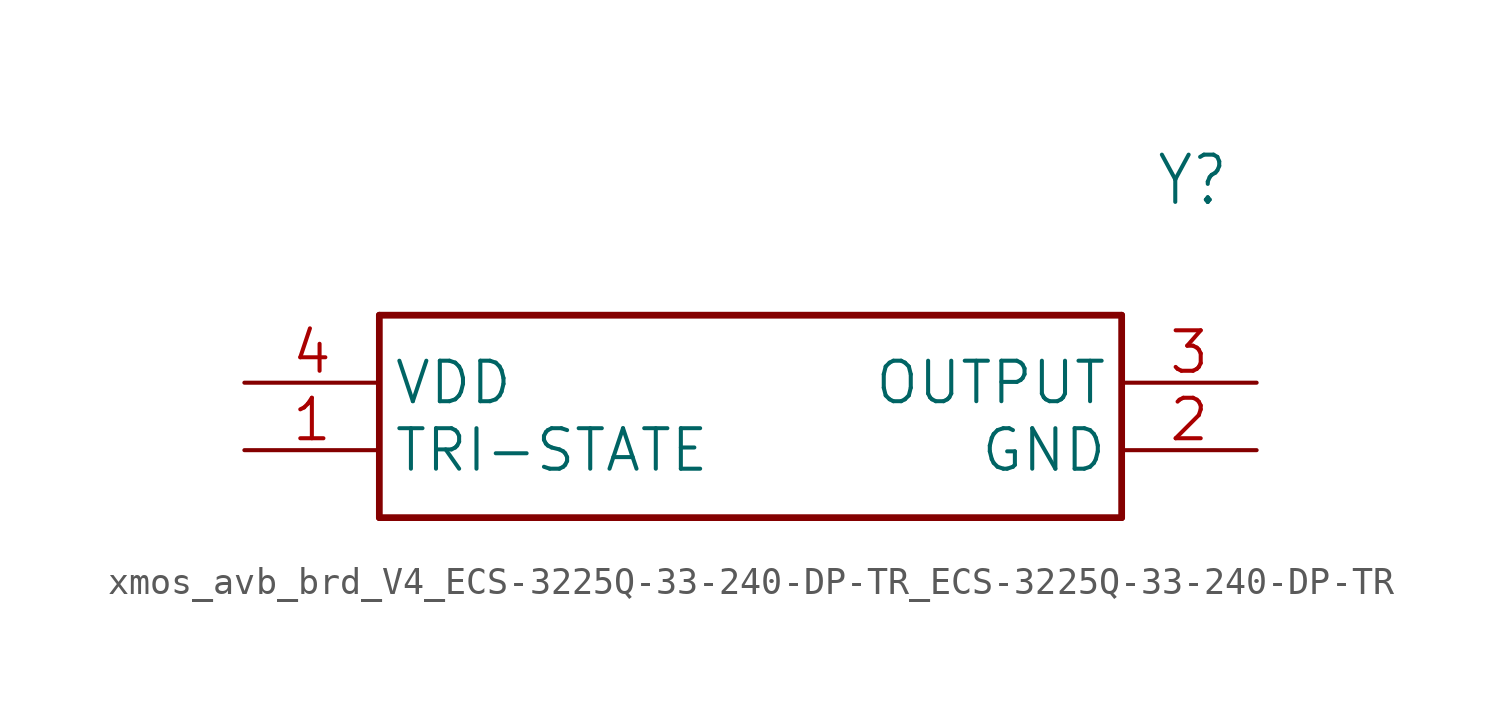
<source format=kicad_sym>
(kicad_symbol_lib
  (version 20241209)
  (generator "kicad_symbol_editor")
  (generator_version "9.0")
  (symbol "xmos_avb_brd_V4_ECS-3225Q-33-240-DP-TR_ECS-3225Q-33-240-DP-TR"
    (property "Reference" "Y"
      (at 34.29 7.62 0)
      (effects (font (size 1.778 1.511)) (justify left)))
    (property "Value" ""
      (at 34.29 5.08 0)
      (effects (font (size 1.778 1.511)) (justify left)))
    (property "ki_locked" ""
      (at 0 0 0)
      (effects (font (size 1.27 1.27))))
    (symbol "xmos_avb_brd_V4_ECS-3225Q-33-240-DP-TR_ECS-3225Q-33-240-DP-TR_1_0"
      (polyline (pts (xy 5.08 2.54) (xy 5.08 -5.08)) (stroke (width 0.254) (type solid)) (fill (type none)))
      (polyline (pts (xy 5.08 2.54) (xy 33.02 2.54)) (stroke (width 0.254) (type solid)) (fill (type none)))
      (polyline (pts (xy 33.02 -5.08) (xy 5.08 -5.08)) (stroke (width 0.254) (type solid)) (fill (type none)))
      (polyline (pts (xy 33.02 -5.08) (xy 33.02 2.54)) (stroke (width 0.254) (type solid)) (fill (type none)))
      (pin bidirectional line (at 0 0 0) (length 5.08) (name "VDD" (effects (font (size 1.524 1.524)))) (number "4" (effects (font (size 1.524 1.524)))))
      (pin bidirectional line (at 0 -2.54 0) (length 5.08) (name "TRI-STATE" (effects (font (size 1.524 1.524)))) (number "1" (effects (font (size 1.524 1.524)))))
      (pin bidirectional line (at 38.1 0 180) (length 5.08) (name "OUTPUT" (effects (font (size 1.524 1.524)))) (number "3" (effects (font (size 1.524 1.524)))))
      (pin bidirectional line (at 38.1 -2.54 180) (length 5.08) (name "GND" (effects (font (size 1.524 1.524)))) (number "2" (effects (font (size 1.524 1.524))))))))
</source>
